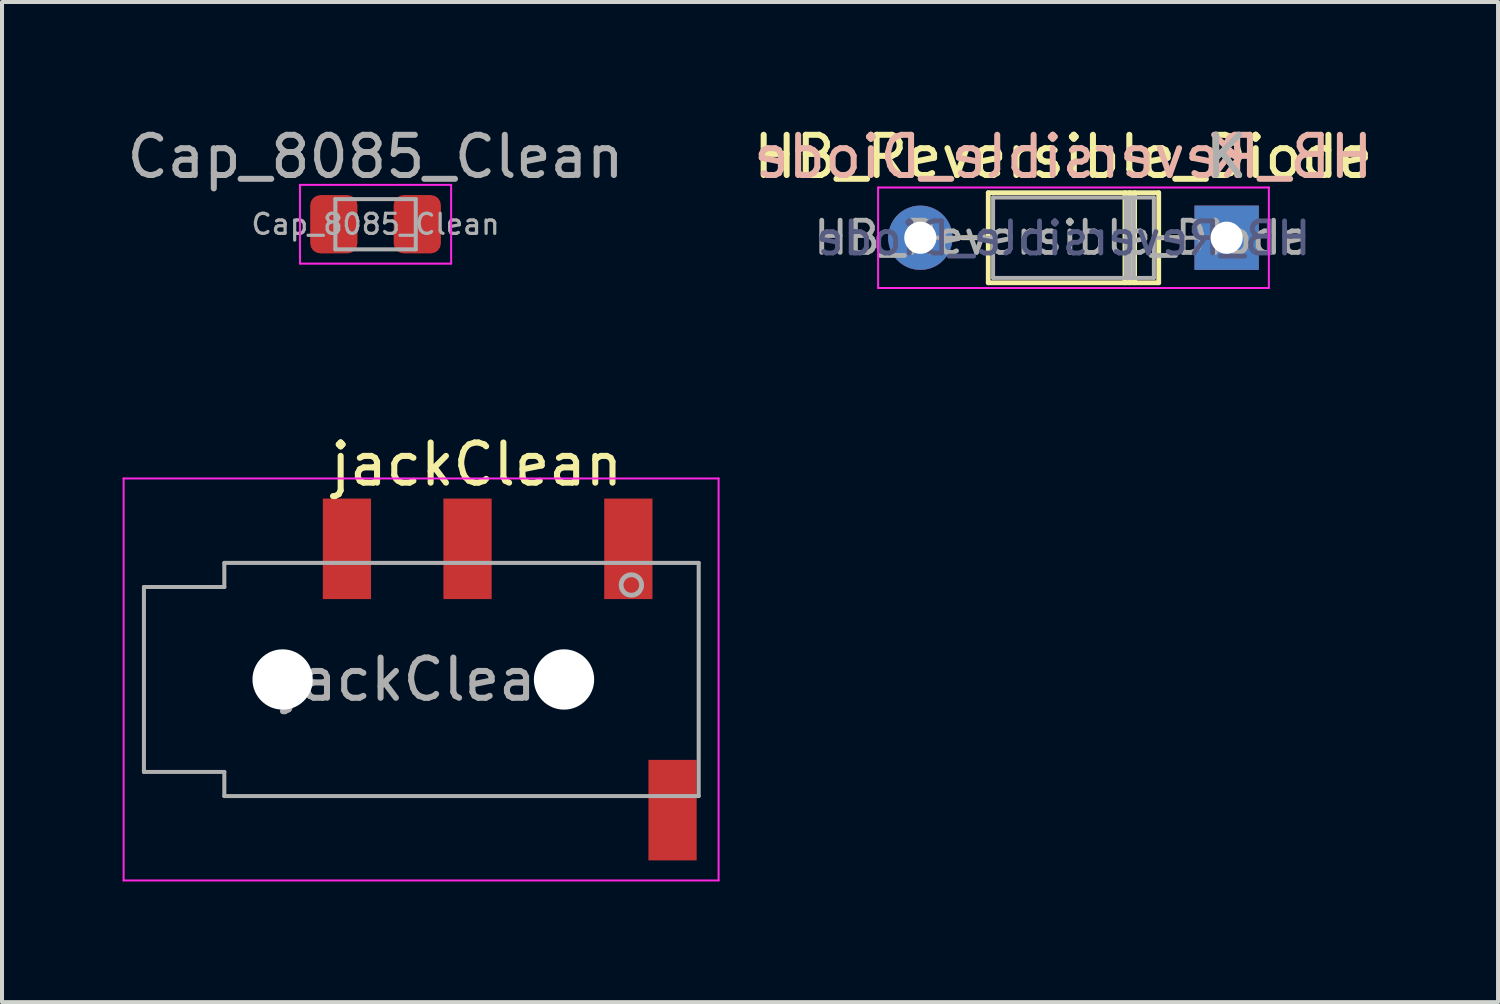
<source format=kicad_pcb>
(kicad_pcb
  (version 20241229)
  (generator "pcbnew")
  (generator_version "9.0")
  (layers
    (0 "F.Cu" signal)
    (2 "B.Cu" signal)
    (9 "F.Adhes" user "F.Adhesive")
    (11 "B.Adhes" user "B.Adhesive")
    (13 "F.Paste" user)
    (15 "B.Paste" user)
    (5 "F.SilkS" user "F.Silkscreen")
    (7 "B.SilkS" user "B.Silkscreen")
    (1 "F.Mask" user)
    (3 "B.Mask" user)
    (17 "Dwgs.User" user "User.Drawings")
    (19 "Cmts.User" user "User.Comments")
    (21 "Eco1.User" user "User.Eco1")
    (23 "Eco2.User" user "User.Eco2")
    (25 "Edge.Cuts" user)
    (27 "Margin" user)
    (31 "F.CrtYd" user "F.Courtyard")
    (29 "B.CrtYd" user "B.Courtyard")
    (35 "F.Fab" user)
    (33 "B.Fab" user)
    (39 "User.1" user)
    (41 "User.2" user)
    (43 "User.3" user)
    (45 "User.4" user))
  (footprint "jackClean"
    (layer "F.Cu")
    (at 8.755 13.852)
    (property "Reference" "jackClean" (at 0.05 -5.35 0) (layer "F.SilkS") (effects (font (size 1 1) (thickness 0.15))))
    (attr smd)
    (fp_line (start -8.73 -5) (end 6.07 -5) (stroke (width 0.05) (type solid)) (layer "F.CrtYd"))
    (fp_line (start -8.73 5) (end -8.73 -5) (stroke (width 0.05) (type solid)) (layer "F.CrtYd"))
    (fp_line (start -8.73 5) (end 6.07 5) (stroke (width 0.05) (type solid)) (layer "F.CrtYd"))
    (fp_line (start 6.07 5) (end 6.07 -5) (stroke (width 0.05) (type solid)) (layer "F.CrtYd"))
    (fp_line (start -8.225 -2.3) (end -6.225 -2.3) (stroke (width 0.1) (type solid)) (layer "F.Fab"))
    (fp_line (start -8.225 2.3) (end -8.225 -2.3) (stroke (width 0.1) (type solid)) (layer "F.Fab"))
    (fp_line (start -6.225 -2.9) (end 5.575 -2.9) (stroke (width 0.1) (type solid)) (layer "F.Fab"))
    (fp_line (start -6.225 -2.3) (end -6.225 -2.9) (stroke (width 0.1) (type solid)) (layer "F.Fab"))
    (fp_line (start -6.225 2.3) (end -8.225 2.3) (stroke (width 0.1) (type solid)) (layer "F.Fab"))
    (fp_line (start -6.225 2.9) (end -6.225 2.3) (stroke (width 0.1) (type solid)) (layer "F.Fab"))
    (fp_line (start 5.575 -2.9) (end 5.575 2.9) (stroke (width 0.1) (type solid)) (layer "F.Fab"))
    (fp_line (start 5.575 2.9) (end -6.225 2.9) (stroke (width 0.1) (type solid)) (layer "F.Fab"))
    (fp_circle (center 3.9 -2.35) (end 3.95 -2.1) (stroke (width 0.12) (type solid)) (fill no) (layer "F.Fab"))
    (fp_text user "${REFERENCE}" (at -1.195 0 0) (layer "F.Fab") (effects (font (size 1 1) (thickness 0.15))))
    (pad "" np_thru_hole circle (at -4.775 0) (size 1.5 1.5) (drill 1.5) (layers "*.Cu" "*.Mask"))
    (pad "" np_thru_hole circle (at 2.225 0) (size 1.5 1.5) (drill 1.5) (layers "*.Cu" "*.Mask"))
    (pad "R1" smd rect (at -0.175 -3.25) (size 1.2 2.5) (layers "F.Cu" "F.Mask" "F.Paste"))
    (pad "R2" smd rect (at -3.175 -3.25) (size 1.2 2.5) (layers "F.Cu" "F.Mask" "F.Paste"))
    (pad "S" smd rect (at 4.925 3.25) (size 1.2 2.5) (layers "F.Cu" "F.Mask" "F.Paste"))
    (pad "T" smd rect (at 3.825 -3.25) (size 1.2 2.5) (layers "F.Cu" "F.Mask" "F.Paste")))
  (footprint "HB_Reversible_Diode"
    (layer "F.Cu")
    (at 18.573 4.404)
    (property "Reference" "HB_Reversible_Diode" (at 4.826 -3.556 180) (layer "F.SilkS") (effects (font (size 1 1) (thickness 0.15))))
    (attr through_hole)
    (fp_line (start 2.31 -1.54) (end 2.96 -1.54) (stroke (width 0.12) (type solid)) (layer "F.SilkS"))
    (fp_line (start 2.96 -2.66) (end 2.96 -0.42) (stroke (width 0.12) (type solid)) (layer "F.SilkS"))
    (fp_line (start 2.96 -0.42) (end 7.2 -0.42) (stroke (width 0.12) (type solid)) (layer "F.SilkS"))
    (fp_line (start 6.36 -0.42) (end 6.36 -2.66) (stroke (width 0.12) (type solid)) (layer "F.SilkS"))
    (fp_line (start 6.48 -0.42) (end 6.48 -2.66) (stroke (width 0.12) (type solid)) (layer "F.SilkS"))
    (fp_line (start 6.6 -0.42) (end 6.6 -2.66) (stroke (width 0.12) (type solid)) (layer "F.SilkS"))
    (fp_line (start 7.2 -2.66) (end 2.96 -2.66) (stroke (width 0.12) (type solid)) (layer "F.SilkS"))
    (fp_line (start 7.2 -0.42) (end 7.2 -2.66) (stroke (width 0.12) (type solid)) (layer "F.SilkS"))
    (fp_line (start 7.85 -1.54) (end 7.2 -1.54) (stroke (width 0.12) (type solid)) (layer "F.SilkS"))
    (fp_line (start 0.22 -2.79) (end 0.22 -0.29) (stroke (width 0.05) (type solid)) (layer "F.CrtYd"))
    (fp_line (start 0.22 -0.29) (end 9.94 -0.29) (stroke (width 0.05) (type solid)) (layer "F.CrtYd"))
    (fp_line (start 9.94 -2.79) (end 0.22 -2.79) (stroke (width 0.05) (type solid)) (layer "F.CrtYd"))
    (fp_line (start 9.94 -0.29) (end 9.94 -2.79) (stroke (width 0.05) (type solid)) (layer "F.CrtYd"))
    (fp_line (start 1.27 -1.54) (end 3.08 -1.54) (stroke (width 0.1) (type solid)) (layer "F.Fab"))
    (fp_line (start 3.08 -2.54) (end 3.08 -0.54) (stroke (width 0.1) (type solid)) (layer "F.Fab"))
    (fp_line (start 3.08 -0.54) (end 7.08 -0.54) (stroke (width 0.1) (type solid)) (layer "F.Fab"))
    (fp_line (start 6.38 -0.54) (end 6.38 -2.54) (stroke (width 0.1) (type solid)) (layer "F.Fab"))
    (fp_line (start 6.48 -0.54) (end 6.48 -2.54) (stroke (width 0.1) (type solid)) (layer "F.Fab"))
    (fp_line (start 6.58 -0.54) (end 6.58 -2.54) (stroke (width 0.1) (type solid)) (layer "F.Fab"))
    (fp_line (start 7.08 -2.54) (end 3.08 -2.54) (stroke (width 0.1) (type solid)) (layer "F.Fab"))
    (fp_line (start 7.08 -0.54) (end 7.08 -2.54) (stroke (width 0.1) (type solid)) (layer "F.Fab"))
    (fp_line (start 8.89 -1.54) (end 7.08 -1.54) (stroke (width 0.1) (type solid)) (layer "F.Fab"))
    (fp_text user "K" (at 8.89 -3.556 180) (layer "F.SilkS") (effects (font (size 1 1) (thickness 0.15))))
    (fp_text user "K" (at 8.89 -3.556 180) (layer "B.SilkS") (effects (font (size 1 1) (thickness 0.15)) (justify mirror)))
    (fp_text user "${REFERENCE}" (at 4.826 -3.556 180) (layer "B.SilkS") (effects (font (size 1 1) (thickness 0.15)) (justify mirror)))
    (fp_text user "${REFERENCE}" (at 4.826 -1.524 180) (layer "B.Fab") (effects (font (size 0.8 0.8) (thickness 0.12)) (justify mirror)))
    (fp_text user "${REFERENCE}" (at 4.78 -1.54 180) (layer "F.Fab") (effects (font (size 0.8 0.8) (thickness 0.12))))
    (fp_text user "K" (at 8.89 -3.556 180) (layer "F.Fab") (effects (font (size 1 1) (thickness 0.15))))
    (pad "1" thru_hole rect (at 8.89 -1.54 180) (size 1.6 1.6) (drill 0.8) (layers "*.Cu" "*.Mask"))
    (pad "2" thru_hole oval (at 1.27 -1.54 180) (size 1.6 1.6) (drill 0.8) (layers "*.Cu" "*.Mask")))
  (footprint "Cap_8085_Clean"
    (layer "F.Cu")
    (at 6.292 2.528)
    (property "Reference" "Cap_8085_Clean" (at 0 -1.68 0) (layer "F.Fab") (effects (font (size 1 1) (thickness 0.15))))
    (attr smd)
    (fp_line (start -1.88 -0.98) (end 1.88 -0.98) (stroke (width 0.05) (type solid)) (layer "F.CrtYd"))
    (fp_line (start -1.88 0.98) (end -1.88 -0.98) (stroke (width 0.05) (type solid)) (layer "F.CrtYd"))
    (fp_line (start 1.88 -0.98) (end 1.88 0.98) (stroke (width 0.05) (type solid)) (layer "F.CrtYd"))
    (fp_line (start 1.88 0.98) (end -1.88 0.98) (stroke (width 0.05) (type solid)) (layer "F.CrtYd"))
    (fp_line (start -1 -0.625) (end 1 -0.625) (stroke (width 0.1) (type solid)) (layer "F.Fab"))
    (fp_line (start -1 0.625) (end -1 -0.625) (stroke (width 0.1) (type solid)) (layer "F.Fab"))
    (fp_line (start 1 -0.625) (end 1 0.625) (stroke (width 0.1) (type solid)) (layer "F.Fab"))
    (fp_line (start 1 0.625) (end -1 0.625) (stroke (width 0.1) (type solid)) (layer "F.Fab"))
    (fp_text user "${REFERENCE}" (at 0 0 0) (layer "F.Fab") (effects (font (size 0.5 0.5) (thickness 0.08))))
    (pad "1" smd roundrect (at -1.038 0) (size 1.175 1.45) (layers "F.Cu" "F.Mask" "F.Paste") (roundrect_rratio 0.213))
    (pad "2" smd roundrect (at 1.038 0) (size 1.175 1.45) (layers "F.Cu" "F.Mask" "F.Paste") (roundrect_rratio 0.213)))
  (gr_rect
    (start -3 -3)
    (end 34.214 21.878)
    (stroke (width 0.1) (type default))
    (fill no)
    (layer "Edge.Cuts")))
</source>
